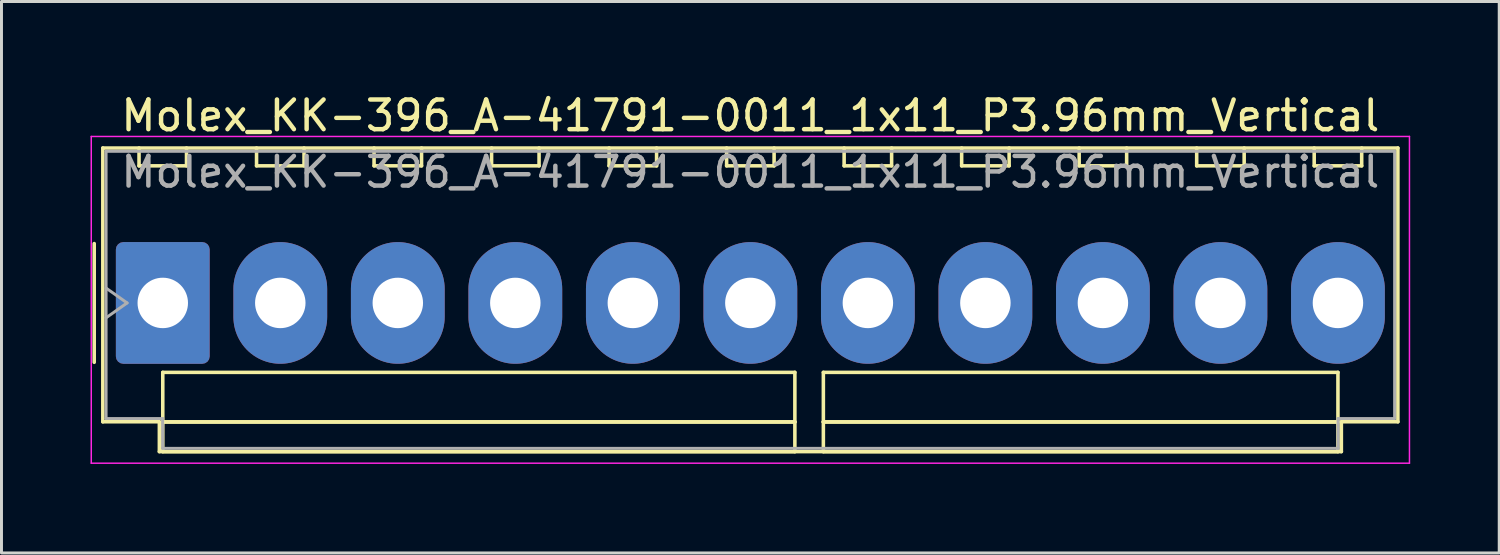
<source format=kicad_pcb>
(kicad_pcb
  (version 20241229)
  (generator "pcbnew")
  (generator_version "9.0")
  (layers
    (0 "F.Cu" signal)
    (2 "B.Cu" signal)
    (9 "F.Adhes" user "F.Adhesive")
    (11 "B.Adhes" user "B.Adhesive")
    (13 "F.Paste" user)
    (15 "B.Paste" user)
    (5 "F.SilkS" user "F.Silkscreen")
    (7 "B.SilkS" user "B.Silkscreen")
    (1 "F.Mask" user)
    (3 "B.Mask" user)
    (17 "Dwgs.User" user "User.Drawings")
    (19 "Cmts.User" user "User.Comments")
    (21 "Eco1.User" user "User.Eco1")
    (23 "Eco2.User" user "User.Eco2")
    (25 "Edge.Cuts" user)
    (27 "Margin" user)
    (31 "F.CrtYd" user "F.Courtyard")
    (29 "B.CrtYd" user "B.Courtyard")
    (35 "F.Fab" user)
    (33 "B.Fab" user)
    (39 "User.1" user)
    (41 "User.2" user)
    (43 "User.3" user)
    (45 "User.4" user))
  (footprint "Molex_KK-396_A-41791-0011_1x11_P3.96mm_Vertical"
    (layer "F.Cu")
    (at 2.435 7.158)
    (property "Reference" "Molex_KK-396_A-41791-0011_1x11_P3.96mm_Vertical" (at 19.8 -6.31 0) (layer "F.SilkS") (effects (font (size 1 1) (thickness 0.15))))
    (attr through_hole)
    (fp_line (start -2.31 -2) (end -2.31 2) (stroke (width 0.12) (type solid)) (layer "F.SilkS"))
    (fp_line (start -2.02 -5.22) (end 41.62 -5.22) (stroke (width 0.12) (type solid)) (layer "F.SilkS"))
    (fp_line (start -2.02 4.005) (end -2.02 -5.22) (stroke (width 0.12) (type solid)) (layer "F.SilkS"))
    (fp_line (start -0.8 -5.22) (end -0.8 -4.62) (stroke (width 0.12) (type solid)) (layer "F.SilkS"))
    (fp_line (start -0.8 -4.62) (end 0.8 -4.62) (stroke (width 0.12) (type solid)) (layer "F.SilkS"))
    (fp_line (start -0.115 4.005) (end -2.02 4.005) (stroke (width 0.12) (type solid)) (layer "F.SilkS"))
    (fp_line (start -0.115 5.01) (end -0.115 4.005) (stroke (width 0.12) (type solid)) (layer "F.SilkS"))
    (fp_line (start 0 2.34) (end 21.3 2.34) (stroke (width 0.12) (type solid)) (layer "F.SilkS"))
    (fp_line (start 0 4.01) (end 0 2.34) (stroke (width 0.12) (type solid)) (layer "F.SilkS"))
    (fp_line (start 0 4.01) (end 21.3 4.01) (stroke (width 0.12) (type solid)) (layer "F.SilkS"))
    (fp_line (start 0 5.01) (end 0 4.01) (stroke (width 0.12) (type solid)) (layer "F.SilkS"))
    (fp_line (start 0.8 -4.62) (end 0.8 -5.22) (stroke (width 0.12) (type solid)) (layer "F.SilkS"))
    (fp_line (start 3.16 -5.22) (end 3.16 -4.62) (stroke (width 0.12) (type solid)) (layer "F.SilkS"))
    (fp_line (start 3.16 -4.62) (end 4.76 -4.62) (stroke (width 0.12) (type solid)) (layer "F.SilkS"))
    (fp_line (start 4.76 -4.62) (end 4.76 -5.22) (stroke (width 0.12) (type solid)) (layer "F.SilkS"))
    (fp_line (start 7.12 -5.22) (end 7.12 -4.62) (stroke (width 0.12) (type solid)) (layer "F.SilkS"))
    (fp_line (start 7.12 -4.62) (end 8.72 -4.62) (stroke (width 0.12) (type solid)) (layer "F.SilkS"))
    (fp_line (start 8.72 -4.62) (end 8.72 -5.22) (stroke (width 0.12) (type solid)) (layer "F.SilkS"))
    (fp_line (start 11.08 -5.22) (end 11.08 -4.62) (stroke (width 0.12) (type solid)) (layer "F.SilkS"))
    (fp_line (start 11.08 -4.62) (end 12.68 -4.62) (stroke (width 0.12) (type solid)) (layer "F.SilkS"))
    (fp_line (start 12.68 -4.62) (end 12.68 -5.22) (stroke (width 0.12) (type solid)) (layer "F.SilkS"))
    (fp_line (start 15.04 -5.22) (end 15.04 -4.62) (stroke (width 0.12) (type solid)) (layer "F.SilkS"))
    (fp_line (start 15.04 -4.62) (end 16.64 -4.62) (stroke (width 0.12) (type solid)) (layer "F.SilkS"))
    (fp_line (start 16.64 -4.62) (end 16.64 -5.22) (stroke (width 0.12) (type solid)) (layer "F.SilkS"))
    (fp_line (start 19 -5.22) (end 19 -4.62) (stroke (width 0.12) (type solid)) (layer "F.SilkS"))
    (fp_line (start 19 -4.62) (end 20.6 -4.62) (stroke (width 0.12) (type solid)) (layer "F.SilkS"))
    (fp_line (start 20.6 -4.62) (end 20.6 -5.22) (stroke (width 0.12) (type solid)) (layer "F.SilkS"))
    (fp_line (start 21.3 2.34) (end 21.3 4.01) (stroke (width 0.12) (type solid)) (layer "F.SilkS"))
    (fp_line (start 21.3 4.01) (end 0 4.01) (stroke (width 0.12) (type solid)) (layer "F.SilkS"))
    (fp_line (start 21.3 4.01) (end 21.3 5.01) (stroke (width 0.12) (type solid)) (layer "F.SilkS"))
    (fp_line (start 21.3 5.01) (end 0 5.01) (stroke (width 0.12) (type solid)) (layer "F.SilkS"))
    (fp_line (start 22.26 2.34) (end 39.6 2.34) (stroke (width 0.12) (type solid)) (layer "F.SilkS"))
    (fp_line (start 22.26 4.01) (end 22.26 2.34) (stroke (width 0.12) (type solid)) (layer "F.SilkS"))
    (fp_line (start 22.26 4.01) (end 39.6 4.01) (stroke (width 0.12) (type solid)) (layer "F.SilkS"))
    (fp_line (start 22.26 5.01) (end 22.26 4.01) (stroke (width 0.12) (type solid)) (layer "F.SilkS"))
    (fp_line (start 22.96 -5.22) (end 22.96 -4.62) (stroke (width 0.12) (type solid)) (layer "F.SilkS"))
    (fp_line (start 22.96 -4.62) (end 24.56 -4.62) (stroke (width 0.12) (type solid)) (layer "F.SilkS"))
    (fp_line (start 24.56 -4.62) (end 24.56 -5.22) (stroke (width 0.12) (type solid)) (layer "F.SilkS"))
    (fp_line (start 26.92 -5.22) (end 26.92 -4.62) (stroke (width 0.12) (type solid)) (layer "F.SilkS"))
    (fp_line (start 26.92 -4.62) (end 28.52 -4.62) (stroke (width 0.12) (type solid)) (layer "F.SilkS"))
    (fp_line (start 28.52 -4.62) (end 28.52 -5.22) (stroke (width 0.12) (type solid)) (layer "F.SilkS"))
    (fp_line (start 30.88 -5.22) (end 30.88 -4.62) (stroke (width 0.12) (type solid)) (layer "F.SilkS"))
    (fp_line (start 30.88 -4.62) (end 32.48 -4.62) (stroke (width 0.12) (type solid)) (layer "F.SilkS"))
    (fp_line (start 32.48 -4.62) (end 32.48 -5.22) (stroke (width 0.12) (type solid)) (layer "F.SilkS"))
    (fp_line (start 34.84 -5.22) (end 34.84 -4.62) (stroke (width 0.12) (type solid)) (layer "F.SilkS"))
    (fp_line (start 34.84 -4.62) (end 36.44 -4.62) (stroke (width 0.12) (type solid)) (layer "F.SilkS"))
    (fp_line (start 36.44 -4.62) (end 36.44 -5.22) (stroke (width 0.12) (type solid)) (layer "F.SilkS"))
    (fp_line (start 38.8 -5.22) (end 38.8 -4.62) (stroke (width 0.12) (type solid)) (layer "F.SilkS"))
    (fp_line (start 38.8 -4.62) (end 40.4 -4.62) (stroke (width 0.12) (type solid)) (layer "F.SilkS"))
    (fp_line (start 39.6 2.34) (end 39.6 4.01) (stroke (width 0.12) (type solid)) (layer "F.SilkS"))
    (fp_line (start 39.6 4.01) (end 22.26 4.01) (stroke (width 0.12) (type solid)) (layer "F.SilkS"))
    (fp_line (start 39.6 4.01) (end 39.6 5.01) (stroke (width 0.12) (type solid)) (layer "F.SilkS"))
    (fp_line (start 39.6 5.01) (end 22.26 5.01) (stroke (width 0.12) (type solid)) (layer "F.SilkS"))
    (fp_line (start 39.715 4.005) (end 39.715 5.01) (stroke (width 0.12) (type solid)) (layer "F.SilkS"))
    (fp_line (start 39.715 5.01) (end -0.115 5.01) (stroke (width 0.12) (type solid)) (layer "F.SilkS"))
    (fp_line (start 40.4 -4.62) (end 40.4 -5.22) (stroke (width 0.12) (type solid)) (layer "F.SilkS"))
    (fp_line (start 41.62 -5.22) (end 41.62 4.005) (stroke (width 0.12) (type solid)) (layer "F.SilkS"))
    (fp_line (start 41.62 4.005) (end 39.715 4.005) (stroke (width 0.12) (type solid)) (layer "F.SilkS"))
    (fp_line (start -2.41 -5.61) (end -2.41 5.4) (stroke (width 0.05) (type solid)) (layer "F.CrtYd"))
    (fp_line (start -2.41 5.4) (end 42.01 5.4) (stroke (width 0.05) (type solid)) (layer "F.CrtYd"))
    (fp_line (start 42.01 -5.61) (end -2.41 -5.61) (stroke (width 0.05) (type solid)) (layer "F.CrtYd"))
    (fp_line (start 42.01 5.4) (end 42.01 -5.61) (stroke (width 0.05) (type solid)) (layer "F.CrtYd"))
    (fp_line (start -1.91 -5.11) (end 41.51 -5.11) (stroke (width 0.1) (type solid)) (layer "F.Fab"))
    (fp_line (start -1.91 -0.5) (end -1.203 0) (stroke (width 0.1) (type solid)) (layer "F.Fab"))
    (fp_line (start -1.91 3.895) (end -1.91 -5.11) (stroke (width 0.1) (type solid)) (layer "F.Fab"))
    (fp_line (start -1.203 0) (end -1.91 0.5) (stroke (width 0.1) (type solid)) (layer "F.Fab"))
    (fp_line (start -0.005 3.895) (end -1.91 3.895) (stroke (width 0.1) (type solid)) (layer "F.Fab"))
    (fp_line (start -0.005 4.9) (end -0.005 3.895) (stroke (width 0.1) (type solid)) (layer "F.Fab"))
    (fp_line (start 39.605 3.895) (end 39.605 4.9) (stroke (width 0.1) (type solid)) (layer "F.Fab"))
    (fp_line (start 39.605 4.9) (end -0.005 4.9) (stroke (width 0.1) (type solid)) (layer "F.Fab"))
    (fp_line (start 41.51 -5.11) (end 41.51 3.895) (stroke (width 0.1) (type solid)) (layer "F.Fab"))
    (fp_line (start 41.51 3.895) (end 39.605 3.895) (stroke (width 0.1) (type solid)) (layer "F.Fab"))
    (fp_text user "${REFERENCE}" (at 19.8 -4.41 0) (layer "F.Fab") (effects (font (size 1 1) (thickness 0.15))))
    (pad "1" thru_hole roundrect (at 0 0) (size 3.16 4.1) (drill 1.7) (layers "*.Cu" "*.Mask") (roundrect_rratio 0.079))
    (pad "2" thru_hole oval (at 3.96 0) (size 3.16 4.1) (drill 1.7) (layers "*.Cu" "*.Mask"))
    (pad "3" thru_hole oval (at 7.92 0) (size 3.16 4.1) (drill 1.7) (layers "*.Cu" "*.Mask"))
    (pad "4" thru_hole oval (at 11.88 0) (size 3.16 4.1) (drill 1.7) (layers "*.Cu" "*.Mask"))
    (pad "5" thru_hole oval (at 15.84 0) (size 3.16 4.1) (drill 1.7) (layers "*.Cu" "*.Mask"))
    (pad "6" thru_hole oval (at 19.8 0) (size 3.16 4.1) (drill 1.7) (layers "*.Cu" "*.Mask"))
    (pad "7" thru_hole oval (at 23.76 0) (size 3.16 4.1) (drill 1.7) (layers "*.Cu" "*.Mask"))
    (pad "8" thru_hole oval (at 27.72 0) (size 3.16 4.1) (drill 1.7) (layers "*.Cu" "*.Mask"))
    (pad "9" thru_hole oval (at 31.68 0) (size 3.16 4.1) (drill 1.7) (layers "*.Cu" "*.Mask"))
    (pad "10" thru_hole oval (at 35.64 0) (size 3.16 4.1) (drill 1.7) (layers "*.Cu" "*.Mask"))
    (pad "11" thru_hole oval (at 39.6 0) (size 3.16 4.1) (drill 1.7) (layers "*.Cu" "*.Mask")))
  (gr_rect
    (start -3 -3)
    (end 47.47 15.583)
    (stroke (width 0.1) (type default))
    (fill no)
    (layer "Edge.Cuts")))
</source>
